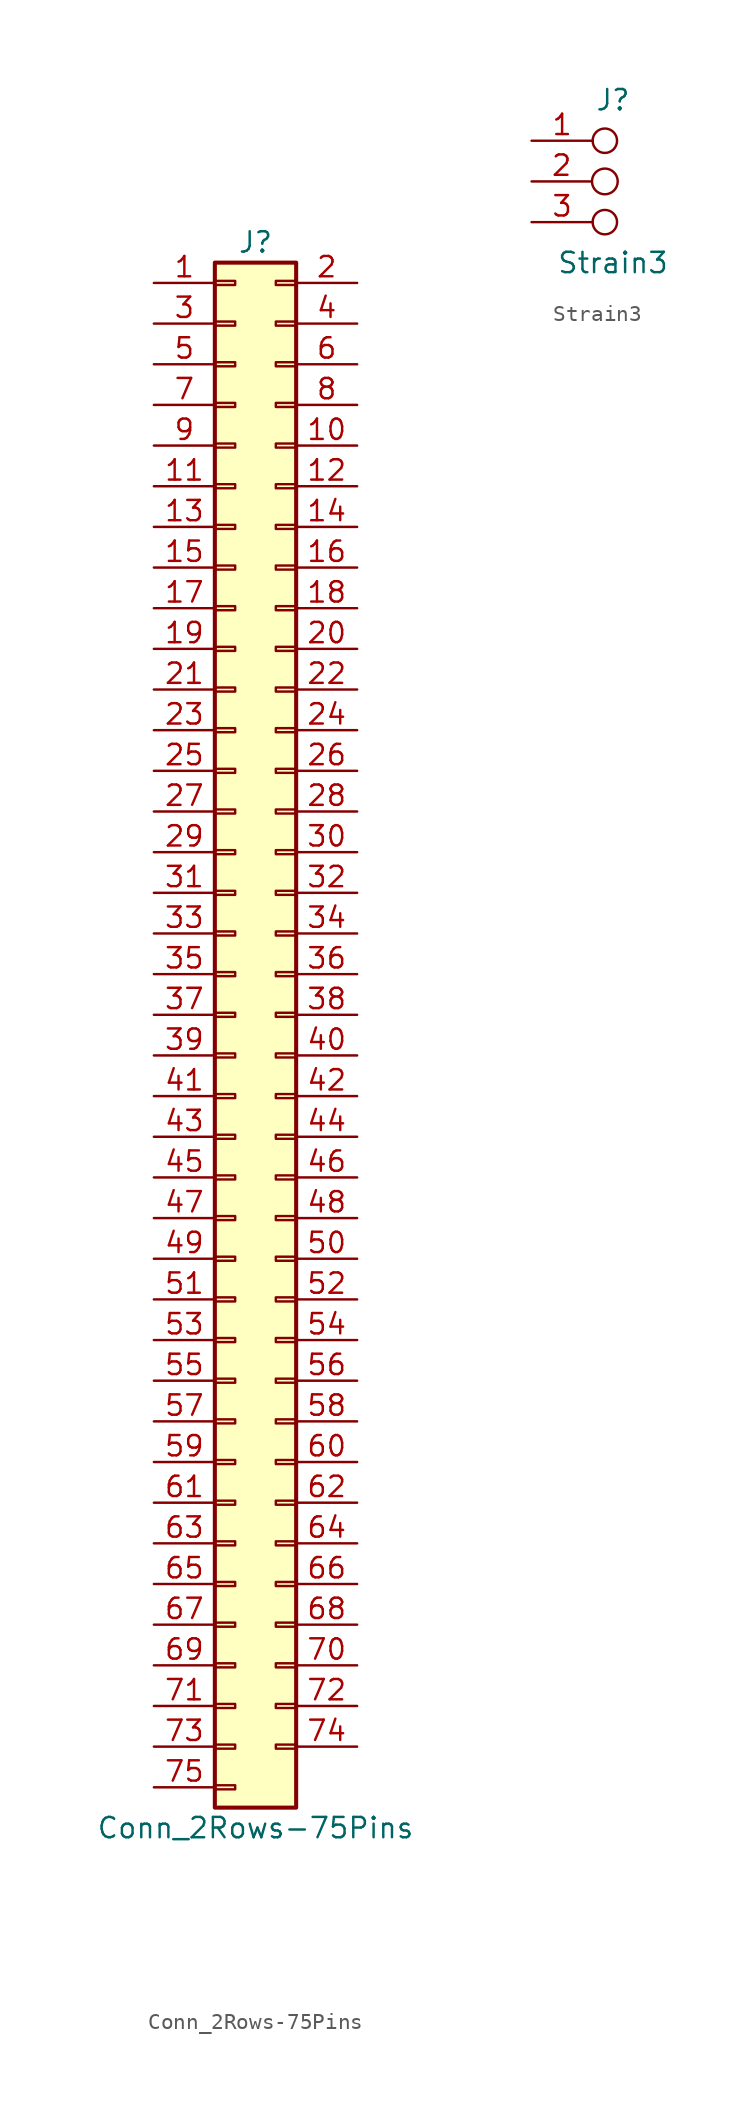
<source format=kicad_sym>
(kicad_symbol_lib
  (version 20211014)
  (generator kicad_symbol_editor)
  (symbol "Conn_2Rows-75Pins"
    (pin_names
      (offset 1.016) hide)
    (property "Reference" "J"
      (at 1.27 48.26 0)
      (effects (font (size 1.27 1.27))))
    (property "Value" "Conn_2Rows-75Pins"
      (at 1.27 -50.8 0)
      (effects (font (size 1.27 1.27))))
    (symbol "Conn_2Rows-75Pins_1_1"
      (rectangle (start -1.27 -48.133) (end 0 -48.387) (stroke (width 0.152) (type default) (color 0 0 0 0)) (fill (type none)))
      (rectangle (start -1.27 -45.593) (end 0 -45.847) (stroke (width 0.152) (type default) (color 0 0 0 0)) (fill (type none)))
      (rectangle (start -1.27 -43.053) (end 0 -43.307) (stroke (width 0.152) (type default) (color 0 0 0 0)) (fill (type none)))
      (rectangle (start -1.27 -40.513) (end 0 -40.767) (stroke (width 0.152) (type default) (color 0 0 0 0)) (fill (type none)))
      (rectangle (start -1.27 -37.973) (end 0 -38.227) (stroke (width 0.152) (type default) (color 0 0 0 0)) (fill (type none)))
      (rectangle (start -1.27 -35.433) (end 0 -35.687) (stroke (width 0.152) (type default) (color 0 0 0 0)) (fill (type none)))
      (rectangle (start -1.27 -32.893) (end 0 -33.147) (stroke (width 0.152) (type default) (color 0 0 0 0)) (fill (type none)))
      (rectangle (start -1.27 -30.353) (end 0 -30.607) (stroke (width 0.152) (type default) (color 0 0 0 0)) (fill (type none)))
      (rectangle (start -1.27 -27.813) (end 0 -28.067) (stroke (width 0.152) (type default) (color 0 0 0 0)) (fill (type none)))
      (rectangle (start -1.27 -25.273) (end 0 -25.527) (stroke (width 0.152) (type default) (color 0 0 0 0)) (fill (type none)))
      (rectangle (start -1.27 -22.733) (end 0 -22.987) (stroke (width 0.152) (type default) (color 0 0 0 0)) (fill (type none)))
      (rectangle (start -1.27 -20.193) (end 0 -20.447) (stroke (width 0.152) (type default) (color 0 0 0 0)) (fill (type none)))
      (rectangle (start -1.27 -17.653) (end 0 -17.907) (stroke (width 0.152) (type default) (color 0 0 0 0)) (fill (type none)))
      (rectangle (start -1.27 -15.113) (end 0 -15.367) (stroke (width 0.152) (type default) (color 0 0 0 0)) (fill (type none)))
      (rectangle (start -1.27 -12.573) (end 0 -12.827) (stroke (width 0.152) (type default) (color 0 0 0 0)) (fill (type none)))
      (rectangle (start -1.27 -10.033) (end 0 -10.287) (stroke (width 0.152) (type default) (color 0 0 0 0)) (fill (type none)))
      (rectangle (start -1.27 -7.493) (end 0 -7.747) (stroke (width 0.152) (type default) (color 0 0 0 0)) (fill (type none)))
      (rectangle (start -1.27 -4.953) (end 0 -5.207) (stroke (width 0.152) (type default) (color 0 0 0 0)) (fill (type none)))
      (rectangle (start -1.27 -2.413) (end 0 -2.667) (stroke (width 0.152) (type default) (color 0 0 0 0)) (fill (type none)))
      (rectangle (start -1.27 0.127) (end 0 -0.127) (stroke (width 0.152) (type default) (color 0 0 0 0)) (fill (type none)))
      (rectangle (start -1.27 2.667) (end 0 2.413) (stroke (width 0.152) (type default) (color 0 0 0 0)) (fill (type none)))
      (rectangle (start -1.27 5.207) (end 0 4.953) (stroke (width 0.152) (type default) (color 0 0 0 0)) (fill (type none)))
      (rectangle (start -1.27 7.747) (end 0 7.493) (stroke (width 0.152) (type default) (color 0 0 0 0)) (fill (type none)))
      (rectangle (start -1.27 10.287) (end 0 10.033) (stroke (width 0.152) (type default) (color 0 0 0 0)) (fill (type none)))
      (rectangle (start -1.27 12.827) (end 0 12.573) (stroke (width 0.152) (type default) (color 0 0 0 0)) (fill (type none)))
      (rectangle (start -1.27 15.367) (end 0 15.113) (stroke (width 0.152) (type default) (color 0 0 0 0)) (fill (type none)))
      (rectangle (start -1.27 17.907) (end 0 17.653) (stroke (width 0.152) (type default) (color 0 0 0 0)) (fill (type none)))
      (rectangle (start -1.27 20.447) (end 0 20.193) (stroke (width 0.152) (type default) (color 0 0 0 0)) (fill (type none)))
      (rectangle (start -1.27 22.987) (end 0 22.733) (stroke (width 0.152) (type default) (color 0 0 0 0)) (fill (type none)))
      (rectangle (start -1.27 25.527) (end 0 25.273) (stroke (width 0.152) (type default) (color 0 0 0 0)) (fill (type none)))
      (rectangle (start -1.27 28.067) (end 0 27.813) (stroke (width 0.152) (type default) (color 0 0 0 0)) (fill (type none)))
      (rectangle (start -1.27 30.607) (end 0 30.353) (stroke (width 0.152) (type default) (color 0 0 0 0)) (fill (type none)))
      (rectangle (start -1.27 33.147) (end 0 32.893) (stroke (width 0.152) (type default) (color 0 0 0 0)) (fill (type none)))
      (rectangle (start -1.27 35.687) (end 0 35.433) (stroke (width 0.152) (type default) (color 0 0 0 0)) (fill (type none)))
      (rectangle (start -1.27 38.227) (end 0 37.973) (stroke (width 0.152) (type default) (color 0 0 0 0)) (fill (type none)))
      (rectangle (start -1.27 40.767) (end 0 40.513) (stroke (width 0.152) (type default) (color 0 0 0 0)) (fill (type none)))
      (rectangle (start -1.27 43.307) (end 0 43.053) (stroke (width 0.152) (type default) (color 0 0 0 0)) (fill (type none)))
      (rectangle (start -1.27 45.847) (end 0 45.593) (stroke (width 0.152) (type default) (color 0 0 0 0)) (fill (type none)))
      (rectangle (start -1.27 46.99) (end 3.81 -49.53) (stroke (width 0.254) (type default) (color 0 0 0 0)) (fill (type background)))
      (rectangle (start 3.81 -45.593) (end 2.54 -45.847) (stroke (width 0.152) (type default) (color 0 0 0 0)) (fill (type none)))
      (rectangle (start 3.81 -43.053) (end 2.54 -43.307) (stroke (width 0.152) (type default) (color 0 0 0 0)) (fill (type none)))
      (rectangle (start 3.81 -40.513) (end 2.54 -40.767) (stroke (width 0.152) (type default) (color 0 0 0 0)) (fill (type none)))
      (rectangle (start 3.81 -37.973) (end 2.54 -38.227) (stroke (width 0.152) (type default) (color 0 0 0 0)) (fill (type none)))
      (rectangle (start 3.81 -35.433) (end 2.54 -35.687) (stroke (width 0.152) (type default) (color 0 0 0 0)) (fill (type none)))
      (rectangle (start 3.81 -32.893) (end 2.54 -33.147) (stroke (width 0.152) (type default) (color 0 0 0 0)) (fill (type none)))
      (rectangle (start 3.81 -30.353) (end 2.54 -30.607) (stroke (width 0.152) (type default) (color 0 0 0 0)) (fill (type none)))
      (rectangle (start 3.81 -27.813) (end 2.54 -28.067) (stroke (width 0.152) (type default) (color 0 0 0 0)) (fill (type none)))
      (rectangle (start 3.81 -25.273) (end 2.54 -25.527) (stroke (width 0.152) (type default) (color 0 0 0 0)) (fill (type none)))
      (rectangle (start 3.81 -22.733) (end 2.54 -22.987) (stroke (width 0.152) (type default) (color 0 0 0 0)) (fill (type none)))
      (rectangle (start 3.81 -20.193) (end 2.54 -20.447) (stroke (width 0.152) (type default) (color 0 0 0 0)) (fill (type none)))
      (rectangle (start 3.81 -17.653) (end 2.54 -17.907) (stroke (width 0.152) (type default) (color 0 0 0 0)) (fill (type none)))
      (rectangle (start 3.81 -15.113) (end 2.54 -15.367) (stroke (width 0.152) (type default) (color 0 0 0 0)) (fill (type none)))
      (rectangle (start 3.81 -12.573) (end 2.54 -12.827) (stroke (width 0.152) (type default) (color 0 0 0 0)) (fill (type none)))
      (rectangle (start 3.81 -10.033) (end 2.54 -10.287) (stroke (width 0.152) (type default) (color 0 0 0 0)) (fill (type none)))
      (rectangle (start 3.81 -7.493) (end 2.54 -7.747) (stroke (width 0.152) (type default) (color 0 0 0 0)) (fill (type none)))
      (rectangle (start 3.81 -4.953) (end 2.54 -5.207) (stroke (width 0.152) (type default) (color 0 0 0 0)) (fill (type none)))
      (rectangle (start 3.81 -2.413) (end 2.54 -2.667) (stroke (width 0.152) (type default) (color 0 0 0 0)) (fill (type none)))
      (rectangle (start 3.81 0.127) (end 2.54 -0.127) (stroke (width 0.152) (type default) (color 0 0 0 0)) (fill (type none)))
      (rectangle (start 3.81 2.667) (end 2.54 2.413) (stroke (width 0.152) (type default) (color 0 0 0 0)) (fill (type none)))
      (rectangle (start 3.81 5.207) (end 2.54 4.953) (stroke (width 0.152) (type default) (color 0 0 0 0)) (fill (type none)))
      (rectangle (start 3.81 7.747) (end 2.54 7.493) (stroke (width 0.152) (type default) (color 0 0 0 0)) (fill (type none)))
      (rectangle (start 3.81 10.287) (end 2.54 10.033) (stroke (width 0.152) (type default) (color 0 0 0 0)) (fill (type none)))
      (rectangle (start 3.81 12.827) (end 2.54 12.573) (stroke (width 0.152) (type default) (color 0 0 0 0)) (fill (type none)))
      (rectangle (start 3.81 15.367) (end 2.54 15.113) (stroke (width 0.152) (type default) (color 0 0 0 0)) (fill (type none)))
      (rectangle (start 3.81 17.907) (end 2.54 17.653) (stroke (width 0.152) (type default) (color 0 0 0 0)) (fill (type none)))
      (rectangle (start 3.81 20.447) (end 2.54 20.193) (stroke (width 0.152) (type default) (color 0 0 0 0)) (fill (type none)))
      (rectangle (start 3.81 22.987) (end 2.54 22.733) (stroke (width 0.152) (type default) (color 0 0 0 0)) (fill (type none)))
      (rectangle (start 3.81 25.527) (end 2.54 25.273) (stroke (width 0.152) (type default) (color 0 0 0 0)) (fill (type none)))
      (rectangle (start 3.81 28.067) (end 2.54 27.813) (stroke (width 0.152) (type default) (color 0 0 0 0)) (fill (type none)))
      (rectangle (start 3.81 30.607) (end 2.54 30.353) (stroke (width 0.152) (type default) (color 0 0 0 0)) (fill (type none)))
      (rectangle (start 3.81 33.147) (end 2.54 32.893) (stroke (width 0.152) (type default) (color 0 0 0 0)) (fill (type none)))
      (rectangle (start 3.81 35.687) (end 2.54 35.433) (stroke (width 0.152) (type default) (color 0 0 0 0)) (fill (type none)))
      (rectangle (start 3.81 38.227) (end 2.54 37.973) (stroke (width 0.152) (type default) (color 0 0 0 0)) (fill (type none)))
      (rectangle (start 3.81 40.767) (end 2.54 40.513) (stroke (width 0.152) (type default) (color 0 0 0 0)) (fill (type none)))
      (rectangle (start 3.81 43.307) (end 2.54 43.053) (stroke (width 0.152) (type default) (color 0 0 0 0)) (fill (type none)))
      (rectangle (start 3.81 45.847) (end 2.54 45.593) (stroke (width 0.152) (type default) (color 0 0 0 0)) (fill (type none)))
      (pin passive line (at -5.08 45.72 0) (length 3.81) (name "Pin_1" (effects (font (size 1.27 1.27)))) (number "1" (effects (font (size 1.27 1.27)))))
      (pin passive line (at 7.62 35.56 180) (length 3.81) (name "Pin_10" (effects (font (size 1.27 1.27)))) (number "10" (effects (font (size 1.27 1.27)))))
      (pin passive line (at -5.08 33.02 0) (length 3.81) (name "Pin_11" (effects (font (size 1.27 1.27)))) (number "11" (effects (font (size 1.27 1.27)))))
      (pin passive line (at 7.62 33.02 180) (length 3.81) (name "Pin_12" (effects (font (size 1.27 1.27)))) (number "12" (effects (font (size 1.27 1.27)))))
      (pin passive line (at -5.08 30.48 0) (length 3.81) (name "Pin_13" (effects (font (size 1.27 1.27)))) (number "13" (effects (font (size 1.27 1.27)))))
      (pin passive line (at 7.62 30.48 180) (length 3.81) (name "Pin_14" (effects (font (size 1.27 1.27)))) (number "14" (effects (font (size 1.27 1.27)))))
      (pin passive line (at -5.08 27.94 0) (length 3.81) (name "Pin_15" (effects (font (size 1.27 1.27)))) (number "15" (effects (font (size 1.27 1.27)))))
      (pin passive line (at 7.62 27.94 180) (length 3.81) (name "Pin_16" (effects (font (size 1.27 1.27)))) (number "16" (effects (font (size 1.27 1.27)))))
      (pin passive line (at -5.08 25.4 0) (length 3.81) (name "Pin_17" (effects (font (size 1.27 1.27)))) (number "17" (effects (font (size 1.27 1.27)))))
      (pin passive line (at 7.62 25.4 180) (length 3.81) (name "Pin_18" (effects (font (size 1.27 1.27)))) (number "18" (effects (font (size 1.27 1.27)))))
      (pin passive line (at -5.08 22.86 0) (length 3.81) (name "Pin_19" (effects (font (size 1.27 1.27)))) (number "19" (effects (font (size 1.27 1.27)))))
      (pin passive line (at 7.62 45.72 180) (length 3.81) (name "Pin_2" (effects (font (size 1.27 1.27)))) (number "2" (effects (font (size 1.27 1.27)))))
      (pin passive line (at 7.62 22.86 180) (length 3.81) (name "Pin_20" (effects (font (size 1.27 1.27)))) (number "20" (effects (font (size 1.27 1.27)))))
      (pin passive line (at -5.08 20.32 0) (length 3.81) (name "Pin_21" (effects (font (size 1.27 1.27)))) (number "21" (effects (font (size 1.27 1.27)))))
      (pin passive line (at 7.62 20.32 180) (length 3.81) (name "Pin_22" (effects (font (size 1.27 1.27)))) (number "22" (effects (font (size 1.27 1.27)))))
      (pin passive line (at -5.08 17.78 0) (length 3.81) (name "Pin_23" (effects (font (size 1.27 1.27)))) (number "23" (effects (font (size 1.27 1.27)))))
      (pin passive line (at 7.62 17.78 180) (length 3.81) (name "Pin_24" (effects (font (size 1.27 1.27)))) (number "24" (effects (font (size 1.27 1.27)))))
      (pin passive line (at -5.08 15.24 0) (length 3.81) (name "Pin_25" (effects (font (size 1.27 1.27)))) (number "25" (effects (font (size 1.27 1.27)))))
      (pin passive line (at 7.62 15.24 180) (length 3.81) (name "Pin_26" (effects (font (size 1.27 1.27)))) (number "26" (effects (font (size 1.27 1.27)))))
      (pin passive line (at -5.08 12.7 0) (length 3.81) (name "Pin_27" (effects (font (size 1.27 1.27)))) (number "27" (effects (font (size 1.27 1.27)))))
      (pin passive line (at 7.62 12.7 180) (length 3.81) (name "Pin_28" (effects (font (size 1.27 1.27)))) (number "28" (effects (font (size 1.27 1.27)))))
      (pin passive line (at -5.08 10.16 0) (length 3.81) (name "Pin_29" (effects (font (size 1.27 1.27)))) (number "29" (effects (font (size 1.27 1.27)))))
      (pin passive line (at -5.08 43.18 0) (length 3.81) (name "Pin_3" (effects (font (size 1.27 1.27)))) (number "3" (effects (font (size 1.27 1.27)))))
      (pin passive line (at 7.62 10.16 180) (length 3.81) (name "Pin_30" (effects (font (size 1.27 1.27)))) (number "30" (effects (font (size 1.27 1.27)))))
      (pin passive line (at -5.08 7.62 0) (length 3.81) (name "Pin_31" (effects (font (size 1.27 1.27)))) (number "31" (effects (font (size 1.27 1.27)))))
      (pin passive line (at 7.62 7.62 180) (length 3.81) (name "Pin_32" (effects (font (size 1.27 1.27)))) (number "32" (effects (font (size 1.27 1.27)))))
      (pin passive line (at -5.08 5.08 0) (length 3.81) (name "Pin_33" (effects (font (size 1.27 1.27)))) (number "33" (effects (font (size 1.27 1.27)))))
      (pin passive line (at 7.62 5.08 180) (length 3.81) (name "Pin_34" (effects (font (size 1.27 1.27)))) (number "34" (effects (font (size 1.27 1.27)))))
      (pin passive line (at -5.08 2.54 0) (length 3.81) (name "Pin_35" (effects (font (size 1.27 1.27)))) (number "35" (effects (font (size 1.27 1.27)))))
      (pin passive line (at 7.62 2.54 180) (length 3.81) (name "Pin_36" (effects (font (size 1.27 1.27)))) (number "36" (effects (font (size 1.27 1.27)))))
      (pin passive line (at -5.08 0 0) (length 3.81) (name "Pin_37" (effects (font (size 1.27 1.27)))) (number "37" (effects (font (size 1.27 1.27)))))
      (pin passive line (at 7.62 0 180) (length 3.81) (name "Pin_38" (effects (font (size 1.27 1.27)))) (number "38" (effects (font (size 1.27 1.27)))))
      (pin passive line (at -5.08 -2.54 0) (length 3.81) (name "Pin_39" (effects (font (size 1.27 1.27)))) (number "39" (effects (font (size 1.27 1.27)))))
      (pin passive line (at 7.62 43.18 180) (length 3.81) (name "Pin_4" (effects (font (size 1.27 1.27)))) (number "4" (effects (font (size 1.27 1.27)))))
      (pin passive line (at 7.62 -2.54 180) (length 3.81) (name "Pin_40" (effects (font (size 1.27 1.27)))) (number "40" (effects (font (size 1.27 1.27)))))
      (pin passive line (at -5.08 -5.08 0) (length 3.81) (name "Pin_41" (effects (font (size 1.27 1.27)))) (number "41" (effects (font (size 1.27 1.27)))))
      (pin passive line (at 7.62 -5.08 180) (length 3.81) (name "Pin_42" (effects (font (size 1.27 1.27)))) (number "42" (effects (font (size 1.27 1.27)))))
      (pin passive line (at -5.08 -7.62 0) (length 3.81) (name "Pin_43" (effects (font (size 1.27 1.27)))) (number "43" (effects (font (size 1.27 1.27)))))
      (pin passive line (at 7.62 -7.62 180) (length 3.81) (name "Pin_44" (effects (font (size 1.27 1.27)))) (number "44" (effects (font (size 1.27 1.27)))))
      (pin passive line (at -5.08 -10.16 0) (length 3.81) (name "Pin_45" (effects (font (size 1.27 1.27)))) (number "45" (effects (font (size 1.27 1.27)))))
      (pin passive line (at 7.62 -10.16 180) (length 3.81) (name "Pin_46" (effects (font (size 1.27 1.27)))) (number "46" (effects (font (size 1.27 1.27)))))
      (pin passive line (at -5.08 -12.7 0) (length 3.81) (name "Pin_47" (effects (font (size 1.27 1.27)))) (number "47" (effects (font (size 1.27 1.27)))))
      (pin passive line (at 7.62 -12.7 180) (length 3.81) (name "Pin_48" (effects (font (size 1.27 1.27)))) (number "48" (effects (font (size 1.27 1.27)))))
      (pin passive line (at -5.08 -15.24 0) (length 3.81) (name "Pin_49" (effects (font (size 1.27 1.27)))) (number "49" (effects (font (size 1.27 1.27)))))
      (pin passive line (at -5.08 40.64 0) (length 3.81) (name "Pin_5" (effects (font (size 1.27 1.27)))) (number "5" (effects (font (size 1.27 1.27)))))
      (pin passive line (at 7.62 -15.24 180) (length 3.81) (name "Pin_50" (effects (font (size 1.27 1.27)))) (number "50" (effects (font (size 1.27 1.27)))))
      (pin passive line (at -5.08 -17.78 0) (length 3.81) (name "Pin_51" (effects (font (size 1.27 1.27)))) (number "51" (effects (font (size 1.27 1.27)))))
      (pin passive line (at 7.62 -17.78 180) (length 3.81) (name "Pin_52" (effects (font (size 1.27 1.27)))) (number "52" (effects (font (size 1.27 1.27)))))
      (pin passive line (at -5.08 -20.32 0) (length 3.81) (name "Pin_53" (effects (font (size 1.27 1.27)))) (number "53" (effects (font (size 1.27 1.27)))))
      (pin passive line (at 7.62 -20.32 180) (length 3.81) (name "Pin_54" (effects (font (size 1.27 1.27)))) (number "54" (effects (font (size 1.27 1.27)))))
      (pin passive line (at -5.08 -22.86 0) (length 3.81) (name "Pin_55" (effects (font (size 1.27 1.27)))) (number "55" (effects (font (size 1.27 1.27)))))
      (pin passive line (at 7.62 -22.86 180) (length 3.81) (name "Pin_56" (effects (font (size 1.27 1.27)))) (number "56" (effects (font (size 1.27 1.27)))))
      (pin passive line (at -5.08 -25.4 0) (length 3.81) (name "Pin_57" (effects (font (size 1.27 1.27)))) (number "57" (effects (font (size 1.27 1.27)))))
      (pin passive line (at 7.62 -25.4 180) (length 3.81) (name "Pin_58" (effects (font (size 1.27 1.27)))) (number "58" (effects (font (size 1.27 1.27)))))
      (pin passive line (at -5.08 -27.94 0) (length 3.81) (name "Pin_59" (effects (font (size 1.27 1.27)))) (number "59" (effects (font (size 1.27 1.27)))))
      (pin passive line (at 7.62 40.64 180) (length 3.81) (name "Pin_6" (effects (font (size 1.27 1.27)))) (number "6" (effects (font (size 1.27 1.27)))))
      (pin passive line (at 7.62 -27.94 180) (length 3.81) (name "Pin_60" (effects (font (size 1.27 1.27)))) (number "60" (effects (font (size 1.27 1.27)))))
      (pin passive line (at -5.08 -30.48 0) (length 3.81) (name "Pin_61" (effects (font (size 1.27 1.27)))) (number "61" (effects (font (size 1.27 1.27)))))
      (pin passive line (at 7.62 -30.48 180) (length 3.81) (name "Pin_62" (effects (font (size 1.27 1.27)))) (number "62" (effects (font (size 1.27 1.27)))))
      (pin passive line (at -5.08 -33.02 0) (length 3.81) (name "Pin_63" (effects (font (size 1.27 1.27)))) (number "63" (effects (font (size 1.27 1.27)))))
      (pin passive line (at 7.62 -33.02 180) (length 3.81) (name "Pin_64" (effects (font (size 1.27 1.27)))) (number "64" (effects (font (size 1.27 1.27)))))
      (pin passive line (at -5.08 -35.56 0) (length 3.81) (name "Pin_65" (effects (font (size 1.27 1.27)))) (number "65" (effects (font (size 1.27 1.27)))))
      (pin passive line (at 7.62 -35.56 180) (length 3.81) (name "Pin_66" (effects (font (size 1.27 1.27)))) (number "66" (effects (font (size 1.27 1.27)))))
      (pin passive line (at -5.08 -38.1 0) (length 3.81) (name "Pin_67" (effects (font (size 1.27 1.27)))) (number "67" (effects (font (size 1.27 1.27)))))
      (pin passive line (at 7.62 -38.1 180) (length 3.81) (name "Pin_68" (effects (font (size 1.27 1.27)))) (number "68" (effects (font (size 1.27 1.27)))))
      (pin passive line (at -5.08 -40.64 0) (length 3.81) (name "Pin_69" (effects (font (size 1.27 1.27)))) (number "69" (effects (font (size 1.27 1.27)))))
      (pin passive line (at -5.08 38.1 0) (length 3.81) (name "Pin_7" (effects (font (size 1.27 1.27)))) (number "7" (effects (font (size 1.27 1.27)))))
      (pin passive line (at 7.62 -40.64 180) (length 3.81) (name "Pin_70" (effects (font (size 1.27 1.27)))) (number "70" (effects (font (size 1.27 1.27)))))
      (pin passive line (at -5.08 -43.18 0) (length 3.81) (name "Pin_71" (effects (font (size 1.27 1.27)))) (number "71" (effects (font (size 1.27 1.27)))))
      (pin passive line (at 7.62 -43.18 180) (length 3.81) (name "Pin_72" (effects (font (size 1.27 1.27)))) (number "72" (effects (font (size 1.27 1.27)))))
      (pin passive line (at -5.08 -45.72 0) (length 3.81) (name "Pin_73" (effects (font (size 1.27 1.27)))) (number "73" (effects (font (size 1.27 1.27)))))
      (pin passive line (at 7.62 -45.72 180) (length 3.81) (name "Pin_74" (effects (font (size 1.27 1.27)))) (number "74" (effects (font (size 1.27 1.27)))))
      (pin passive line (at -5.08 -48.26 0) (length 3.81) (name "Pin_75" (effects (font (size 1.27 1.27)))) (number "75" (effects (font (size 1.27 1.27)))))
      (pin passive line (at 7.62 38.1 180) (length 3.81) (name "Pin_8" (effects (font (size 1.27 1.27)))) (number "8" (effects (font (size 1.27 1.27)))))
      (pin passive line (at -5.08 35.56 0) (length 3.81) (name "Pin_9" (effects (font (size 1.27 1.27)))) (number "9" (effects (font (size 1.27 1.27)))))))
  (symbol "Strain3"
    (pin_names
      (offset 1.016) hide)
    (property "Reference" "J"
      (at 0 5.08 0)
      (effects (font (size 1.27 1.27))))
    (property "Value" "Strain3"
      (at 0 -5.08 0)
      (effects (font (size 1.27 1.27))))
    (symbol "Strain3_0_1"
      (circle (center -0.508 -2.54) (radius 0.762) (stroke (width 0) (type default) (color 0 0 0 0)) (fill (type none)))
      (circle (center -0.508 0) (radius 0.803) (stroke (width 0) (type default) (color 0 0 0 0)) (fill (type none)))
      (circle (center -0.508 2.54) (radius 0.762) (stroke (width 0) (type default) (color 0 0 0 0)) (fill (type none))))
    (symbol "Strain3_1_1"
      (pin passive line (at -5.08 2.54 0) (length 3.81) (name "Pin_1" (effects (font (size 1.27 1.27)))) (number "1" (effects (font (size 1.27 1.27)))))
      (pin passive line (at -5.08 0 0) (length 3.75) (name "Pin_2" (effects (font (size 1.27 1.27)))) (number "2" (effects (font (size 1.27 1.27)))))
      (pin passive line (at -5.08 -2.54 0) (length 3.81) (name "Pin_3" (effects (font (size 1.27 1.27)))) (number "3" (effects (font (size 1.27 1.27))))))))
</source>
